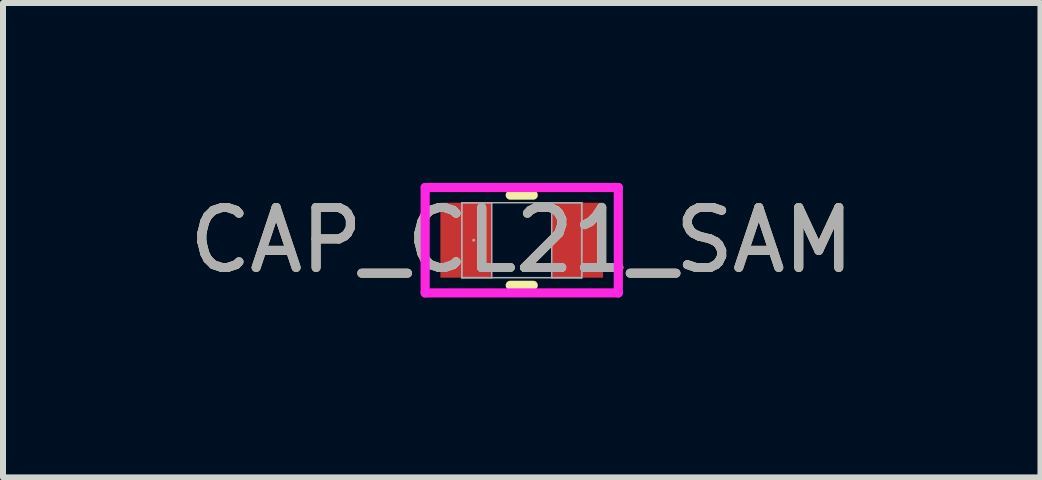
<source format=kicad_pcb>
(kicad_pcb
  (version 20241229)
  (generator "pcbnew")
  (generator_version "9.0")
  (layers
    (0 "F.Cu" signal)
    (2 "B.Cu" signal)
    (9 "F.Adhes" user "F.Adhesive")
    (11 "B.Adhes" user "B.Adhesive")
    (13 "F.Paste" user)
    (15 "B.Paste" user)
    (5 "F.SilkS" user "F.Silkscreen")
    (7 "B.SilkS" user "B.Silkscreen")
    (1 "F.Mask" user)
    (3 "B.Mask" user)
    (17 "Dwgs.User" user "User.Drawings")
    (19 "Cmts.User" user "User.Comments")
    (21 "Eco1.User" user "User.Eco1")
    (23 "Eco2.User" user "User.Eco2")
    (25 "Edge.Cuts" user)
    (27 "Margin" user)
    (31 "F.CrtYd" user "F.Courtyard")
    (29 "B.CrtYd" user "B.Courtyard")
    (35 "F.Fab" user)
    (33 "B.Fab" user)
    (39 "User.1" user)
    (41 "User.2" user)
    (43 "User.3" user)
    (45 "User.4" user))
  (footprint "CAP_CL21_SAM"
    (layer "F.Cu")
    (at 5.649 0.955)
    (property "Reference" "CAP_CL21_SAM" (at 0 0 0) (unlocked yes) (layer "F.SilkS") (effects (font (size 1 1) (thickness 0.15))))
    (attr smd)
    (fp_line (start -0.192 0.752) (end 0.192 0.752) (stroke (width 0.152) (type solid)) (layer "F.SilkS"))
    (fp_line (start 0.192 -0.752) (end -0.192 -0.752) (stroke (width 0.152) (type solid)) (layer "F.SilkS"))
    (fp_line (start -1.61 -0.879) (end 1.61 -0.879) (stroke (width 0.152) (type solid)) (layer "F.CrtYd"))
    (fp_line (start -1.61 0.879) (end -1.61 -0.879) (stroke (width 0.152) (type solid)) (layer "F.CrtYd"))
    (fp_line (start 1.61 -0.879) (end 1.61 0.879) (stroke (width 0.152) (type solid)) (layer "F.CrtYd"))
    (fp_line (start 1.61 0.879) (end -1.61 0.879) (stroke (width 0.152) (type solid)) (layer "F.CrtYd"))
    (fp_line (start -1 -0.625) (end -1 0.625) (stroke (width 0.025) (type solid)) (layer "F.Fab"))
    (fp_line (start -1 -0.625) (end -1 0.625) (stroke (width 0.025) (type solid)) (layer "F.Fab"))
    (fp_line (start -1 0.625) (end -0.5 0.625) (stroke (width 0.025) (type solid)) (layer "F.Fab"))
    (fp_line (start -1 0.625) (end 1 0.625) (stroke (width 0.025) (type solid)) (layer "F.Fab"))
    (fp_line (start -0.5 -0.625) (end -1 -0.625) (stroke (width 0.025) (type solid)) (layer "F.Fab"))
    (fp_line (start -0.5 0.625) (end -0.5 -0.625) (stroke (width 0.025) (type solid)) (layer "F.Fab"))
    (fp_line (start 0.5 -0.625) (end 0.5 0.625) (stroke (width 0.025) (type solid)) (layer "F.Fab"))
    (fp_line (start 0.5 0.625) (end 1 0.625) (stroke (width 0.025) (type solid)) (layer "F.Fab"))
    (fp_line (start 1 -0.625) (end -1 -0.625) (stroke (width 0.025) (type solid)) (layer "F.Fab"))
    (fp_line (start 1 -0.625) (end 0.5 -0.625) (stroke (width 0.025) (type solid)) (layer "F.Fab"))
    (fp_line (start 1 0.625) (end 1 -0.625) (stroke (width 0.025) (type solid)) (layer "F.Fab"))
    (fp_line (start 1 0.625) (end 1 -0.625) (stroke (width 0.025) (type solid)) (layer "F.Fab"))
    (fp_circle (center -0.801 0) (end -0.801 0) (stroke (width 0.025) (type solid)) (fill no) (layer "F.Fab"))
    (fp_text user "${REFERENCE}" (at 0 0 0) (unlocked yes) (layer "F.Fab") (effects (font (size 1 1) (thickness 0.15))))
    (pad "1" smd rect (at -0.928 0) (size 0.856 1.25) (layers "F.Cu" "F.Mask" "F.Paste"))
    (pad "2" smd rect (at 0.928 0) (size 0.856 1.25) (layers "F.Cu" "F.Mask" "F.Paste"))
    (zone (net_name "") (layer "F.Cu") (hatch full 0.508) (connect_pads) (min_thickness 0.254) (filled_areas_thickness no) (keepout (tracks not_allowed) (vias not_allowed) (pads allowed) (copperpour not_allowed) (footprints allowed)) (placement (enabled no)) (fill) (polygon (pts (xy 5.2 0.381) (xy 6.098 0.381) (xy 6.098 1.529) (xy 5.2 1.529)))))
  (gr_rect
    (start -3 -3)
    (end 14.298 4.91)
    (stroke (width 0.1) (type default))
    (fill no)
    (layer "Edge.Cuts")))
</source>
